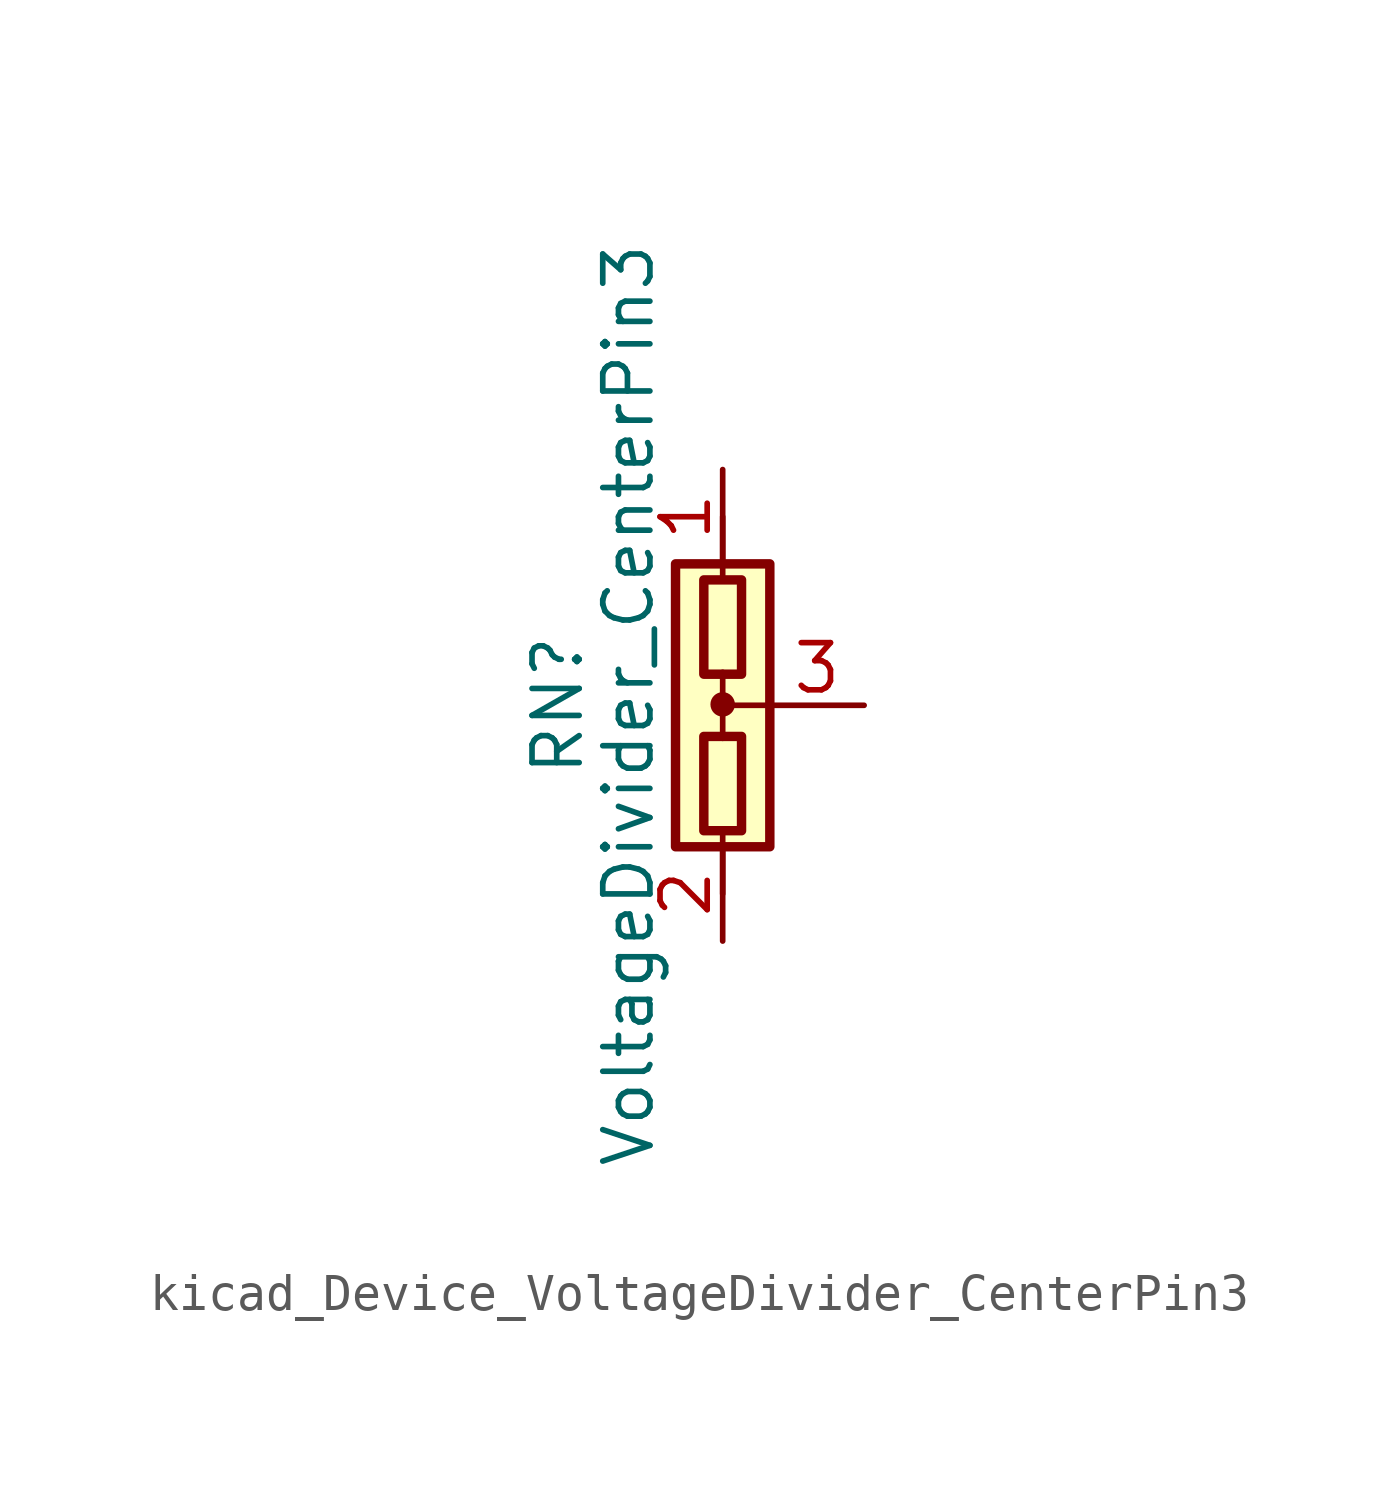
<source format=kicad_sym>
(kicad_symbol_lib
  (version 20220914)
  (generator kicad_symbol_editor)
  (symbol "kicad_Device_VoltageDivider_CenterPin3"
    (pin_names
      (offset 0) hide)
    (property "Reference" "RN"
      (at -4.445 0 90)
      (effects (font (size 1.27 1.27))))
    (property "Value" "VoltageDivider_CenterPin3"
      (at -2.54 0 90)
      (effects (font (size 1.27 1.27))))
    (symbol "kicad_Device_VoltageDivider_CenterPin3_0_1"
      (rectangle (start -1.27 -3.81) (end 1.27 3.81) (stroke (width 0.254) (type default)) (fill (type background)))
      (rectangle (start -0.508 -3.378) (end 0.508 -0.838) (stroke (width 0.254) (type default)) (fill (type none)))
      (rectangle (start -0.508 3.378) (end 0.508 0.838) (stroke (width 0.254) (type default)) (fill (type none)))
      (polyline (pts (xy 0 -5.08) (xy 0 -3.429)) (stroke (width 0) (type default)) (fill (type none)))
      (polyline (pts (xy 0 0.889) (xy 0 -0.889)) (stroke (width 0) (type default)) (fill (type none)))
      (polyline (pts (xy 0 5.08) (xy 0 3.378)) (stroke (width 0) (type default)) (fill (type none)))
      (polyline (pts (xy 1.27 0) (xy 0 0)) (stroke (width 0) (type default)) (fill (type none)))
      (circle (center 0 0.025) (radius 0.254) (stroke (width 0) (type default)) (fill (type outline))))
    (symbol "kicad_Device_VoltageDivider_CenterPin3_1_1"
      (pin passive line (at 0 6.35 270) (length 2.54) (name "~" (effects (font (size 1.27 1.27)))) (number "1" (effects (font (size 1.27 1.27)))))
      (pin passive line (at 0 -6.35 90) (length 2.54) (name "~" (effects (font (size 1.27 1.27)))) (number "2" (effects (font (size 1.27 1.27)))))
      (pin passive line (at 3.81 0 180) (length 2.54) (name "~" (effects (font (size 1.27 1.27)))) (number "3" (effects (font (size 1.27 1.27))))))))
</source>
